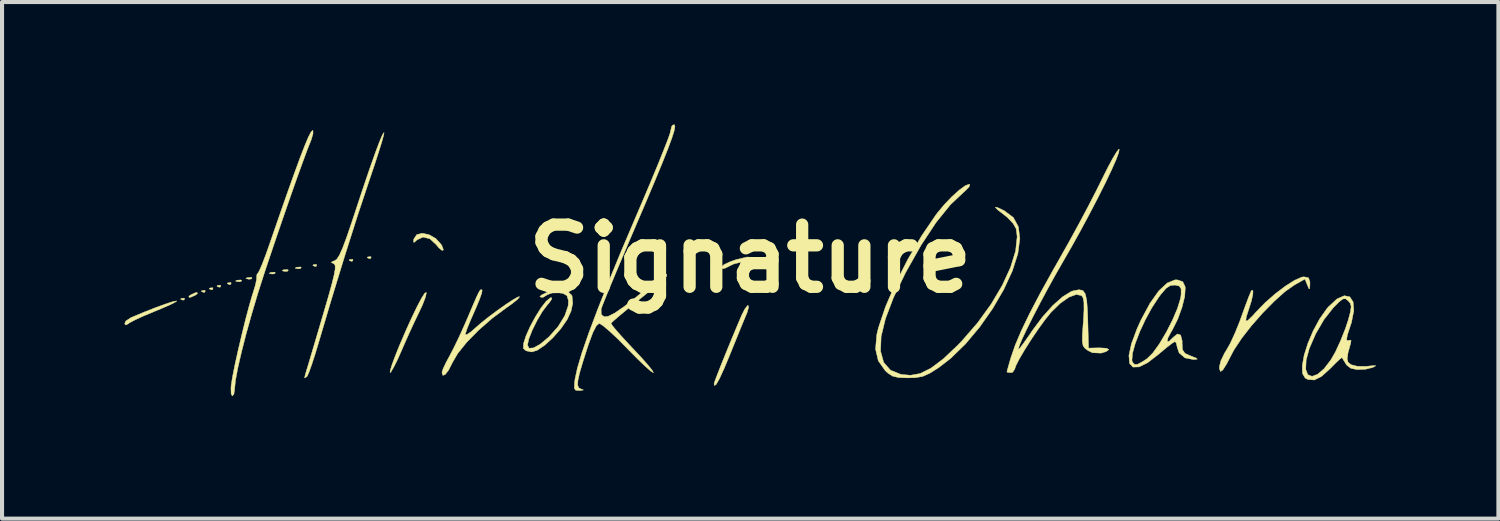
<source format=kicad_pcb>
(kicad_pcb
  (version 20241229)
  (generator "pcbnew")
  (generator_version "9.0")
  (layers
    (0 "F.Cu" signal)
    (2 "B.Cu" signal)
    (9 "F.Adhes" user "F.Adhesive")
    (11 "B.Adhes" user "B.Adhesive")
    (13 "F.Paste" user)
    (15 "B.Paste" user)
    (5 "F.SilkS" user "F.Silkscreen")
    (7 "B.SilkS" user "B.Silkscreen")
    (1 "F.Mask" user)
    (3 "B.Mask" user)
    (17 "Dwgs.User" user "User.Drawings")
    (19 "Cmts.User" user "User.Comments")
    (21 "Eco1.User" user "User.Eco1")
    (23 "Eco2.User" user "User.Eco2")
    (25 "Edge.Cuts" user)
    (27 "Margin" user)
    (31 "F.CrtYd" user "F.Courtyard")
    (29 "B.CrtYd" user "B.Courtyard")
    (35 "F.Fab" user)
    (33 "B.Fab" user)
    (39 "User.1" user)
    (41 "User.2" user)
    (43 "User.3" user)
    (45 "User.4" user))
  (footprint "Signature"
    (layer "F.Cu")
    (at 15.335 3.288)
    (property "Reference" "Signature" (at 0 0 0) (layer "F.SilkS") (effects (font (size 1.524 1.524) (thickness 0.3))))
    (attr through_hole)
    (fp_poly (pts (xy -13.864 0.974) (xy -13.873 1.011) (xy -13.906 1.016) (xy -13.959 0.993) (xy -13.949 0.974) (xy -13.873 0.966) (xy -13.864 0.974)) (stroke (width 0.01) (type solid)) (fill yes) (layer "F.SilkS"))
    (fp_poly (pts (xy -13.356 0.783) (xy -13.365 0.821) (xy -13.399 0.826) (xy -13.451 0.802) (xy -13.441 0.783) (xy -13.365 0.776) (xy -13.356 0.783)) (stroke (width 0.01) (type solid)) (fill yes) (layer "F.SilkS"))
    (fp_poly (pts (xy -13.166 0.72) (xy -13.174 0.757) (xy -13.208 0.762) (xy -13.26 0.739) (xy -13.25 0.72) (xy -13.175 0.712) (xy -13.166 0.72)) (stroke (width 0.01) (type solid)) (fill yes) (layer "F.SilkS"))
    (fp_poly (pts (xy -12.975 0.656) (xy -12.984 0.694) (xy -13.018 0.699) (xy -13.07 0.675) (xy -13.06 0.656) (xy -12.984 0.649) (xy -12.975 0.656)) (stroke (width 0.01) (type solid)) (fill yes) (layer "F.SilkS"))
    (fp_poly (pts (xy -12.721 0.593) (xy -12.73 0.63) (xy -12.764 0.635) (xy -12.816 0.612) (xy -12.806 0.593) (xy -12.73 0.585) (xy -12.721 0.593)) (stroke (width 0.01) (type solid)) (fill yes) (layer "F.SilkS"))
    (fp_poly (pts (xy -12.463 0.533) (xy -12.482 0.562) (xy -12.547 0.566) (xy -12.614 0.551) (xy -12.585 0.528) (xy -12.486 0.521) (xy -12.463 0.533)) (stroke (width 0.01) (type solid)) (fill yes) (layer "F.SilkS"))
    (fp_poly (pts (xy -12.209 0.47) (xy -12.228 0.498) (xy -12.293 0.503) (xy -12.36 0.487) (xy -12.331 0.465) (xy -12.232 0.457) (xy -12.209 0.47)) (stroke (width 0.01) (type solid)) (fill yes) (layer "F.SilkS"))
    (fp_poly (pts (xy -11.638 0.343) (xy -11.657 0.371) (xy -11.721 0.376) (xy -11.789 0.36) (xy -11.759 0.338) (xy -11.66 0.33) (xy -11.638 0.343)) (stroke (width 0.01) (type solid)) (fill yes) (layer "F.SilkS"))
    (fp_poly (pts (xy -11.32 0.279) (xy -11.339 0.308) (xy -11.404 0.312) (xy -11.471 0.297) (xy -11.442 0.274) (xy -11.343 0.267) (xy -11.32 0.279)) (stroke (width 0.01) (type solid)) (fill yes) (layer "F.SilkS"))
    (fp_poly (pts (xy -11.003 0.216) (xy -11.022 0.244) (xy -11.086 0.249) (xy -11.154 0.233) (xy -11.124 0.211) (xy -11.025 0.203) (xy -11.003 0.216)) (stroke (width 0.01) (type solid)) (fill yes) (layer "F.SilkS"))
    (fp_poly (pts (xy -10.626 0.148) (xy -10.634 0.186) (xy -10.668 0.191) (xy -10.72 0.167) (xy -10.71 0.148) (xy -10.635 0.141) (xy -10.626 0.148)) (stroke (width 0.01) (type solid)) (fill yes) (layer "F.SilkS"))
    (fp_poly (pts (xy -9.737 0.021) (xy -9.745 0.059) (xy -9.779 0.064) (xy -9.831 0.04) (xy -9.821 0.021) (xy -9.746 0.014) (xy -9.737 0.021)) (stroke (width 0.01) (type solid)) (fill yes) (layer "F.SilkS"))
    (fp_poly (pts (xy -9.292 -0.042) (xy -9.301 -0.005) (xy -9.335 0) (xy -9.387 -0.023) (xy -9.377 -0.042) (xy -9.301 -0.05) (xy -9.292 -0.042)) (stroke (width 0.01) (type solid)) (fill yes) (layer "F.SilkS"))
    (fp_poly (pts (xy -13.546 0.854) (xy -13.589 0.889) (xy -13.705 0.943) (xy -13.748 0.951) (xy -13.759 0.924) (xy -13.716 0.889) (xy -13.6 0.835) (xy -13.557 0.827) (xy -13.546 0.854)) (stroke (width 0.01) (type solid)) (fill yes) (layer "F.SilkS"))
    (fp_poly (pts (xy -7.873 -0.588) (xy -7.706 -0.493) (xy -7.573 -0.346) (xy -7.557 -0.318) (xy -7.52 -0.216) (xy -7.553 -0.2) (xy -7.633 -0.266) (xy -7.696 -0.343) (xy -7.852 -0.487) (xy -8.018 -0.529) (xy -8.165 -0.462) (xy -8.168 -0.459) (xy -8.242 -0.394) (xy -8.254 -0.43) (xy -8.245 -0.481) (xy -8.174 -0.589) (xy -8.039 -0.623) (xy -7.873 -0.588)) (stroke (width 0.01) (type solid)) (fill yes) (layer "F.SilkS"))
    (fp_poly (pts (xy 0.107 -0.027) (xy 0.215 0.066) (xy 0.242 0.132) (xy 0.248 0.188) (xy 0.189 0.146) (xy 0.186 0.143) (xy 0.036 0.077) (xy -0.176 0.073) (xy -0.4 0.128) (xy -0.468 0.159) (xy -0.614 0.232) (xy -0.68 0.248) (xy -0.698 0.211) (xy -0.699 0.194) (xy -0.643 0.144) (xy -0.499 0.077) (xy -0.345 0.022) (xy -0.075 -0.041) (xy 0.107 -0.027)) (stroke (width 0.01) (type solid)) (fill yes) (layer "F.SilkS"))
    (fp_poly (pts (xy -14.054 1.037) (xy -14.098 1.07) (xy -14.236 1.138) (xy -14.446 1.229) (xy -14.618 1.3) (xy -14.872 1.406) (xy -15.08 1.502) (xy -15.214 1.573) (xy -15.248 1.6) (xy -15.304 1.625) (xy -15.33 1.596) (xy -15.305 1.53) (xy -15.184 1.449) (xy -15.131 1.425) (xy -14.843 1.305) (xy -14.567 1.197) (xy -14.328 1.11) (xy -14.151 1.053) (xy -14.06 1.035) (xy -14.054 1.037)) (stroke (width 0.01) (type solid)) (fill yes) (layer "F.SilkS"))
    (fp_poly (pts (xy -7.938 0.843) (xy -7.965 0.957) (xy -8.036 1.14) (xy -8.12 1.319) (xy -8.231 1.55) (xy -8.367 1.845) (xy -8.503 2.151) (xy -8.54 2.238) (xy -8.647 2.478) (xy -8.741 2.665) (xy -8.806 2.776) (xy -8.827 2.794) (xy -8.823 2.74) (xy -8.778 2.592) (xy -8.697 2.375) (xy -8.604 2.143) (xy -8.444 1.771) (xy -8.294 1.441) (xy -8.162 1.168) (xy -8.054 0.965) (xy -7.978 0.846) (xy -7.941 0.827) (xy -7.938 0.843)) (stroke (width 0.01) (type solid)) (fill yes) (layer "F.SilkS"))
    (fp_poly (pts (xy -0.042 1.193) (xy -0.078 1.318) (xy -0.091 1.349) (xy -0.149 1.488) (xy -0.242 1.714) (xy -0.356 1.995) (xy -0.48 2.301) (xy -0.481 2.304) (xy -0.636 2.678) (xy -0.755 2.938) (xy -0.837 3.082) (xy -0.881 3.109) (xy -0.889 3.066) (xy -0.866 2.991) (xy -0.801 2.82) (xy -0.705 2.575) (xy -0.584 2.277) (xy -0.449 1.948) (xy -0.307 1.609) (xy -0.21 1.381) (xy -0.134 1.232) (xy -0.069 1.149) (xy -0.055 1.143) (xy -0.042 1.193)) (stroke (width 0.01) (type solid)) (fill yes) (layer "F.SilkS"))
    (fp_poly (pts (xy -6.571 0.773) (xy -6.581 0.842) (xy -6.635 0.996) (xy -6.723 1.208) (xy -6.762 1.296) (xy -6.864 1.528) (xy -6.942 1.72) (xy -6.982 1.84) (xy -6.985 1.858) (xy -6.945 1.86) (xy -6.841 1.789) (xy -6.747 1.706) (xy -6.593 1.572) (xy -6.399 1.418) (xy -6.188 1.261) (xy -5.985 1.118) (xy -5.812 1.005) (xy -5.693 0.938) (xy -5.652 0.933) (xy -5.7 0.993) (xy -5.827 1.096) (xy -5.982 1.206) (xy -6.329 1.464) (xy -6.657 1.751) (xy -6.945 2.044) (xy -7.168 2.32) (xy -7.297 2.541) (xy -7.391 2.728) (xy -7.476 2.839) (xy -7.535 2.86) (xy -7.556 2.786) (xy -7.527 2.695) (xy -7.451 2.535) (xy -7.372 2.389) (xy -7.267 2.188) (xy -7.134 1.913) (xy -6.996 1.607) (xy -6.919 1.429) (xy -6.793 1.133) (xy -6.707 0.936) (xy -6.651 0.819) (xy -6.616 0.766) (xy -6.591 0.758) (xy -6.571 0.773)) (stroke (width 0.01) (type solid)) (fill yes) (layer "F.SilkS"))
    (fp_poly (pts (xy 13.676 0.468) (xy 13.711 0.564) (xy 13.712 0.619) (xy 13.706 0.738) (xy 13.687 0.736) (xy 13.649 0.647) (xy 13.59 0.499) (xy 13.328 0.647) (xy 13.104 0.804) (xy 12.838 1.042) (xy 12.555 1.33) (xy 12.279 1.643) (xy 12.038 1.952) (xy 11.855 2.228) (xy 11.806 2.318) (xy 11.671 2.579) (xy 11.577 2.727) (xy 11.521 2.766) (xy 11.496 2.702) (xy 11.493 2.648) (xy 11.529 2.503) (xy 11.617 2.319) (xy 11.662 2.247) (xy 11.759 2.076) (xy 11.874 1.826) (xy 11.99 1.54) (xy 12.038 1.407) (xy 12.13 1.152) (xy 12.209 0.943) (xy 12.264 0.81) (xy 12.282 0.777) (xy 12.316 0.78) (xy 12.313 0.876) (xy 12.276 1.04) (xy 12.224 1.206) (xy 12.154 1.421) (xy 12.14 1.523) (xy 12.188 1.516) (xy 12.304 1.404) (xy 12.398 1.299) (xy 12.615 1.077) (xy 12.86 0.862) (xy 13.108 0.674) (xy 13.334 0.531) (xy 13.509 0.453) (xy 13.564 0.445) (xy 13.676 0.468)) (stroke (width 0.01) (type solid)) (fill yes) (layer "F.SilkS"))
    (fp_poly (pts (xy -8.974 -3.09) (xy -8.985 -3.024) (xy -9.031 -2.857) (xy -9.108 -2.61) (xy -9.208 -2.3) (xy -9.323 -1.96) (xy -9.621 -1.066) (xy -9.938 -0.068) (xy -10.277 1.04) (xy -10.571 2.032) (xy -10.662 2.334) (xy -10.746 2.593) (xy -10.815 2.784) (xy -10.859 2.881) (xy -10.863 2.886) (xy -10.916 2.924) (xy -10.922 2.917) (xy -10.905 2.843) (xy -10.864 2.702) (xy -10.862 2.698) (xy -10.826 2.579) (xy -10.761 2.36) (xy -10.673 2.065) (xy -10.57 1.716) (xy -10.458 1.337) (xy -10.457 1.333) (xy -10.337 0.922) (xy -10.252 0.615) (xy -10.199 0.399) (xy -10.173 0.257) (xy -10.173 0.172) (xy -10.195 0.131) (xy -10.212 0.122) (xy -10.27 0.088) (xy -10.211 0.058) (xy -10.188 0.052) (xy -10.132 0.012) (xy -10.068 -0.087) (xy -9.99 -0.26) (xy -9.892 -0.523) (xy -9.767 -0.888) (xy -9.723 -1.022) (xy -9.515 -1.65) (xy -9.34 -2.167) (xy -9.197 -2.572) (xy -9.088 -2.863) (xy -9.014 -3.036) (xy -8.976 -3.091) (xy -8.974 -3.09)) (stroke (width 0.01) (type solid)) (fill yes) (layer "F.SilkS"))
    (fp_poly (pts (xy -10.717 -3.139) (xy -10.715 -3.062) (xy -10.758 -2.918) (xy -10.777 -2.868) (xy -10.856 -2.67) (xy -10.967 -2.369) (xy -11.106 -1.985) (xy -11.265 -1.534) (xy -11.437 -1.037) (xy -11.618 -0.51) (xy -11.799 0.027) (xy -11.907 0.349) (xy -12.068 0.852) (xy -12.218 1.357) (xy -12.354 1.842) (xy -12.468 2.288) (xy -12.557 2.674) (xy -12.615 2.982) (xy -12.636 3.191) (xy -12.636 3.199) (xy -12.655 3.322) (xy -12.694 3.365) (xy -12.722 3.31) (xy -12.726 3.169) (xy -12.72 3.096) (xy -12.687 2.891) (xy -12.628 2.596) (xy -12.55 2.243) (xy -12.461 1.866) (xy -12.37 1.495) (xy -12.282 1.164) (xy -12.207 0.905) (xy -12.184 0.834) (xy -12.125 0.64) (xy -12.096 0.494) (xy -12.098 0.442) (xy -12.087 0.376) (xy -12.076 0.371) (xy -12.035 0.305) (xy -11.965 0.145) (xy -11.876 -0.086) (xy -11.794 -0.318) (xy -11.55 -1.023) (xy -11.343 -1.615) (xy -11.17 -2.099) (xy -11.029 -2.482) (xy -10.917 -2.771) (xy -10.832 -2.973) (xy -10.77 -3.094) (xy -10.73 -3.141) (xy -10.717 -3.139)) (stroke (width 0.01) (type solid)) (fill yes) (layer "F.SilkS"))
    (fp_poly (pts (xy -4.481 0.796) (xy -4.37 0.903) (xy -4.351 1.092) (xy -4.393 1.286) (xy -4.488 1.492) (xy -4.644 1.717) (xy -4.836 1.936) (xy -5.038 2.121) (xy -5.224 2.246) (xy -5.355 2.286) (xy -5.494 2.258) (xy -5.562 2.2) (xy -5.557 2.078) (xy -5.496 1.889) (xy -5.394 1.661) (xy -5.266 1.425) (xy -5.131 1.209) (xy -5.003 1.044) (xy -4.9 0.958) (xy -4.874 0.953) (xy -4.866 0.991) (xy -4.934 1.089) (xy -4.969 1.127) (xy -5.091 1.287) (xy -5.221 1.506) (xy -5.34 1.744) (xy -5.426 1.961) (xy -5.46 2.115) (xy -5.46 2.116) (xy -5.421 2.195) (xy -5.312 2.186) (xy -5.147 2.094) (xy -4.943 1.924) (xy -4.932 1.914) (xy -4.707 1.66) (xy -4.545 1.395) (xy -4.462 1.15) (xy -4.457 1.027) (xy -4.493 0.906) (xy -4.59 0.852) (xy -4.691 0.837) (xy -4.857 0.841) (xy -4.969 0.88) (xy -4.974 0.884) (xy -5.075 0.945) (xy -5.109 0.95) (xy -5.158 0.932) (xy -5.116 0.89) (xy -5.012 0.839) (xy -4.877 0.793) (xy -4.74 0.765) (xy -4.689 0.762) (xy -4.481 0.796)) (stroke (width 0.01) (type solid)) (fill yes) (layer "F.SilkS"))
    (fp_poly (pts (xy 5.378 -1.818) (xy 5.36 -1.758) (xy 5.266 -1.662) (xy 5.244 -1.644) (xy 4.904 -1.324) (xy 4.552 -0.889) (xy 4.187 -0.336) (xy 3.806 0.339) (xy 3.796 0.359) (xy 3.508 0.953) (xy 3.311 1.47) (xy 3.205 1.908) (xy 3.191 2.266) (xy 3.267 2.541) (xy 3.434 2.732) (xy 3.691 2.836) (xy 3.922 2.857) (xy 4.16 2.815) (xy 4.426 2.683) (xy 4.73 2.454) (xy 5.081 2.122) (xy 5.185 2.014) (xy 5.57 1.57) (xy 5.903 1.11) (xy 6.174 0.652) (xy 6.376 0.213) (xy 6.5 -0.19) (xy 6.538 -0.541) (xy 6.514 -0.73) (xy 6.441 -0.861) (xy 6.298 -1.011) (xy 6.212 -1.08) (xy 6.054 -1.202) (xy 6.002 -1.261) (xy 6.056 -1.254) (xy 6.216 -1.178) (xy 6.222 -1.175) (xy 6.445 -1.009) (xy 6.568 -0.782) (xy 6.604 -0.492) (xy 6.555 -0.122) (xy 6.419 0.303) (xy 6.208 0.758) (xy 5.938 1.222) (xy 5.622 1.672) (xy 5.274 2.087) (xy 4.909 2.443) (xy 4.609 2.674) (xy 4.393 2.81) (xy 4.223 2.885) (xy 4.045 2.916) (xy 3.862 2.921) (xy 3.635 2.913) (xy 3.487 2.879) (xy 3.369 2.803) (xy 3.302 2.74) (xy 3.135 2.502) (xy 3.068 2.214) (xy 3.098 1.861) (xy 3.139 1.691) (xy 3.314 1.173) (xy 3.561 0.602) (xy 3.861 0.013) (xy 4.195 -0.556) (xy 4.544 -1.069) (xy 4.59 -1.129) (xy 4.758 -1.331) (xy 4.941 -1.521) (xy 5.118 -1.68) (xy 5.266 -1.788) (xy 5.362 -1.825) (xy 5.378 -1.818)) (stroke (width 0.01) (type solid)) (fill yes) (layer "F.SilkS"))
    (fp_poly (pts (xy 14.689 0.935) (xy 14.77 1.06) (xy 14.787 1.273) (xy 14.729 1.565) (xy 14.7 1.651) (xy 14.629 1.869) (xy 14.61 1.985) (xy 14.64 2.012) (xy 14.675 1.996) (xy 14.72 2.001) (xy 14.71 2.072) (xy 14.645 2.307) (xy 14.624 2.453) (xy 14.647 2.539) (xy 14.716 2.595) (xy 14.724 2.599) (xy 14.869 2.636) (xy 15.068 2.64) (xy 15.127 2.635) (xy 15.283 2.618) (xy 15.325 2.625) (xy 15.266 2.658) (xy 15.242 2.668) (xy 15.067 2.711) (xy 14.868 2.718) (xy 14.716 2.687) (xy 14.61 2.606) (xy 14.507 2.44) (xy 14.499 2.423) (xy 14.453 2.453) (xy 14.345 2.554) (xy 14.208 2.693) (xy 13.995 2.886) (xy 13.82 2.973) (xy 13.664 2.961) (xy 13.595 2.926) (xy 13.529 2.814) (xy 13.526 2.713) (xy 13.609 2.713) (xy 13.661 2.844) (xy 13.763 2.883) (xy 13.9 2.832) (xy 14.059 2.696) (xy 14.225 2.479) (xy 14.337 2.283) (xy 14.463 2.009) (xy 14.58 1.715) (xy 14.65 1.506) (xy 14.705 1.298) (xy 14.722 1.173) (xy 14.701 1.095) (xy 14.649 1.033) (xy 14.584 0.982) (xy 14.518 0.987) (xy 14.423 1.061) (xy 14.281 1.205) (xy 14.056 1.492) (xy 13.853 1.841) (xy 13.696 2.201) (xy 13.619 2.485) (xy 13.609 2.713) (xy 13.526 2.713) (xy 13.524 2.619) (xy 13.57 2.364) (xy 13.662 2.073) (xy 13.79 1.771) (xy 13.947 1.48) (xy 14.125 1.226) (xy 14.164 1.181) (xy 14.375 0.986) (xy 14.554 0.908) (xy 14.689 0.935)) (stroke (width 0.01) (type solid)) (fill yes) (layer "F.SilkS"))
    (fp_poly (pts (xy 10.458 0.519) (xy 10.595 0.563) (xy 10.651 0.678) (xy 10.657 0.716) (xy 10.644 0.924) (xy 10.577 1.194) (xy 10.472 1.482) (xy 10.341 1.745) (xy 10.311 1.794) (xy 10.231 1.944) (xy 10.216 2.026) (xy 10.261 2.025) (xy 10.351 1.937) (xy 10.464 1.845) (xy 10.544 1.872) (xy 10.58 2.011) (xy 10.58 2.073) (xy 10.589 2.232) (xy 10.651 2.32) (xy 10.795 2.385) (xy 10.929 2.438) (xy 10.951 2.463) (xy 10.87 2.471) (xy 10.855 2.472) (xy 10.647 2.43) (xy 10.506 2.308) (xy 10.461 2.174) (xy 10.435 2.063) (xy 10.404 2.032) (xy 10.337 2.071) (xy 10.203 2.174) (xy 10.028 2.321) (xy 9.995 2.349) (xy 9.735 2.549) (xy 9.526 2.652) (xy 9.375 2.657) (xy 9.293 2.569) (xy 9.286 2.488) (xy 9.35 2.488) (xy 9.365 2.538) (xy 9.417 2.592) (xy 9.493 2.587) (xy 9.624 2.515) (xy 9.722 2.45) (xy 9.861 2.312) (xy 10.023 2.087) (xy 10.189 1.807) (xy 10.343 1.507) (xy 10.466 1.218) (xy 10.541 0.973) (xy 10.554 0.889) (xy 10.555 0.738) (xy 10.508 0.67) (xy 10.406 0.647) (xy 10.295 0.656) (xy 10.189 0.724) (xy 10.059 0.874) (xy 10.011 0.939) (xy 9.839 1.201) (xy 9.679 1.495) (xy 9.539 1.796) (xy 9.431 2.079) (xy 9.364 2.318) (xy 9.35 2.488) (xy 9.286 2.488) (xy 9.276 2.372) (xy 9.338 2.085) (xy 9.476 1.715) (xy 9.576 1.495) (xy 9.794 1.091) (xy 10.009 0.788) (xy 10.215 0.596) (xy 10.405 0.519) (xy 10.458 0.519)) (stroke (width 0.01) (type solid)) (fill yes) (layer "F.SilkS"))
    (fp_poly (pts (xy 9.027 -2.601) (xy 8.961 -2.423) (xy 8.847 -2.167) (xy 8.695 -1.848) (xy 8.511 -1.482) (xy 8.304 -1.084) (xy 8.082 -0.671) (xy 7.852 -0.258) (xy 7.668 0.06) (xy 7.476 0.396) (xy 7.281 0.748) (xy 7.094 1.098) (xy 6.922 1.429) (xy 6.775 1.724) (xy 6.661 1.965) (xy 6.589 2.136) (xy 6.568 2.218) (xy 6.572 2.223) (xy 6.618 2.174) (xy 6.716 2.042) (xy 6.849 1.853) (xy 6.916 1.754) (xy 7.158 1.429) (xy 7.409 1.149) (xy 7.65 0.935) (xy 7.858 0.806) (xy 7.92 0.785) (xy 8.055 0.761) (xy 8.149 0.781) (xy 8.208 0.864) (xy 8.243 1.026) (xy 8.262 1.287) (xy 8.269 1.505) (xy 8.287 2.191) (xy 8.554 2.185) (xy 8.729 2.195) (xy 8.785 2.228) (xy 8.719 2.276) (xy 8.598 2.314) (xy 8.383 2.305) (xy 8.273 2.251) (xy 8.199 2.197) (xy 8.154 2.135) (xy 8.135 2.037) (xy 8.136 1.875) (xy 8.153 1.619) (xy 8.158 1.562) (xy 8.175 1.266) (xy 8.174 1.072) (xy 8.152 0.958) (xy 8.116 0.905) (xy 7.988 0.877) (xy 7.808 0.943) (xy 7.594 1.093) (xy 7.366 1.316) (xy 7.357 1.327) (xy 7.215 1.504) (xy 7.05 1.732) (xy 6.88 1.984) (xy 6.721 2.235) (xy 6.59 2.458) (xy 6.504 2.628) (xy 6.477 2.712) (xy 6.426 2.785) (xy 6.382 2.794) (xy 6.297 2.783) (xy 6.287 2.774) (xy 6.303 2.707) (xy 6.346 2.556) (xy 6.384 2.426) (xy 6.488 2.123) (xy 6.639 1.767) (xy 6.842 1.346) (xy 7.102 0.849) (xy 7.427 0.264) (xy 7.577 0) (xy 7.808 -0.41) (xy 8.049 -0.85) (xy 8.28 -1.284) (xy 8.481 -1.674) (xy 8.607 -1.928) (xy 8.749 -2.213) (xy 8.874 -2.447) (xy 8.971 -2.609) (xy 9.029 -2.683) (xy 9.039 -2.683) (xy 9.027 -2.601)) (stroke (width 0.01) (type solid)) (fill yes) (layer "F.SilkS"))
    (fp_poly (pts (xy -1.847 -3.237) (xy -1.868 -3.127) (xy -1.925 -2.947) (xy -2.022 -2.686) (xy -2.16 -2.339) (xy -2.343 -1.896) (xy -2.574 -1.35) (xy -2.731 -0.983) (xy -2.939 -0.497) (xy -3.131 -0.043) (xy -3.303 0.364) (xy -3.447 0.711) (xy -3.558 0.981) (xy -3.63 1.162) (xy -3.656 1.236) (xy -3.652 1.368) (xy -3.584 1.421) (xy -3.485 1.414) (xy -3.323 1.333) (xy -3.093 1.174) (xy -2.786 0.933) (xy -2.48 0.676) (xy -2.276 0.51) (xy -2.128 0.409) (xy -2.05 0.377) (xy -2.051 0.423) (xy -2.062 0.442) (xy -2.123 0.502) (xy -2.264 0.625) (xy -2.465 0.792) (xy -2.706 0.988) (xy -2.748 1.023) (xy -2.991 1.219) (xy -3.195 1.388) (xy -3.342 1.514) (xy -3.411 1.579) (xy -3.414 1.584) (xy -3.379 1.642) (xy -3.271 1.773) (xy -3.106 1.957) (xy -2.901 2.177) (xy -2.87 2.209) (xy -2.666 2.427) (xy -2.506 2.609) (xy -2.404 2.736) (xy -2.374 2.793) (xy -2.377 2.795) (xy -2.444 2.752) (xy -2.579 2.633) (xy -2.764 2.456) (xy -2.981 2.237) (xy -3.025 2.191) (xy -3.248 1.966) (xy -3.447 1.78) (xy -3.602 1.648) (xy -3.694 1.589) (xy -3.703 1.587) (xy -3.772 1.643) (xy -3.859 1.812) (xy -3.966 2.1) (xy -3.991 2.175) (xy -4.108 2.543) (xy -4.186 2.809) (xy -4.225 2.99) (xy -4.23 3.104) (xy -4.202 3.166) (xy -4.147 3.194) (xy -4.089 3.217) (xy -4.152 3.229) (xy -4.184 3.231) (xy -4.275 3.227) (xy -4.313 3.179) (xy -4.309 3.056) (xy -4.296 2.951) (xy -4.238 2.682) (xy -4.125 2.302) (xy -3.957 1.818) (xy -3.737 1.232) (xy -3.466 0.55) (xy -3.146 -0.226) (xy -2.809 -1.016) (xy -2.606 -1.491) (xy -2.42 -1.932) (xy -2.257 -2.325) (xy -2.124 -2.656) (xy -2.025 -2.909) (xy -1.967 -3.072) (xy -1.954 -3.126) (xy -1.929 -3.24) (xy -1.901 -3.273) (xy -1.859 -3.283) (xy -1.847 -3.237)) (stroke (width 0.01) (type solid)) (fill yes) (layer "F.SilkS")))
  (gr_rect
    (start -3 -3)
    (end 33.665 9.658)
    (stroke (width 0.1) (type default))
    (fill no)
    (layer "Edge.Cuts")))
</source>
